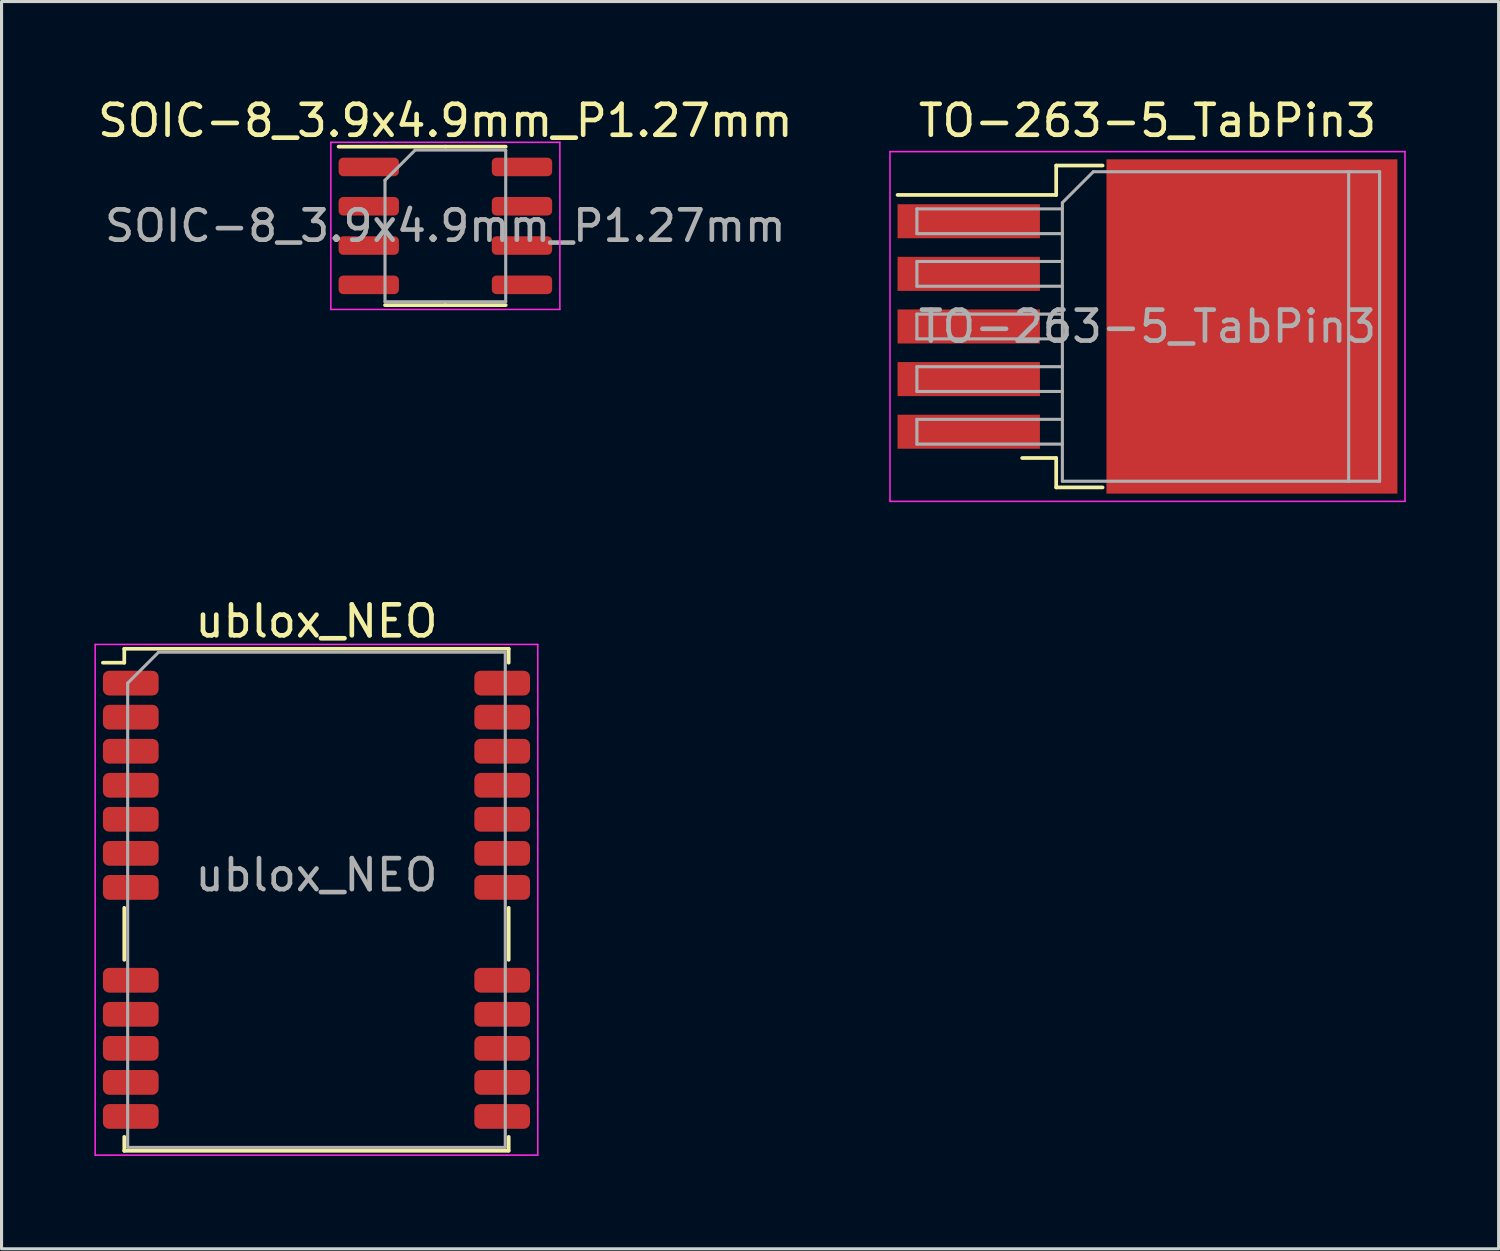
<source format=kicad_pcb>
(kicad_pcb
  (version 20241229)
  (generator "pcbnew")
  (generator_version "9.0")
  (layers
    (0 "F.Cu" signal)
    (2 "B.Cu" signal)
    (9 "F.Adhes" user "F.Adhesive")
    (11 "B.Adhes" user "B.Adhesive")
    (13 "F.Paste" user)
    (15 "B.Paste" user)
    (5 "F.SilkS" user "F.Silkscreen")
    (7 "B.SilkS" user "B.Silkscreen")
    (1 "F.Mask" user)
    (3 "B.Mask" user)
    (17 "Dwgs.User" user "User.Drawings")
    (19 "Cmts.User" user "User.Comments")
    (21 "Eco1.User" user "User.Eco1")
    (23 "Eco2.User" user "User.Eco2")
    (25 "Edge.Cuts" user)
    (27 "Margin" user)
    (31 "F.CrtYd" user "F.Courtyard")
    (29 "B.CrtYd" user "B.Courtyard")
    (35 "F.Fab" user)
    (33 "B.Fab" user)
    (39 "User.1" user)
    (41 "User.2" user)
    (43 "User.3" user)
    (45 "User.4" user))
  (footprint "ublox_NEO"
    (layer "F.Cu")
    (at 7.175 26.021)
    (property "Reference" "ublox_NEO" (at 0 -9 0) (layer "F.SilkS") (effects (font (size 1 1) (thickness 0.15))))
    (attr smd)
    (fp_line (start -6.9 -7.66) (end -6.21 -7.66) (stroke (width 0.12) (type solid)) (layer "F.SilkS"))
    (fp_line (start -6.21 -8.11) (end -6.21 -7.66) (stroke (width 0.12) (type solid)) (layer "F.SilkS"))
    (fp_line (start -6.21 -8.11) (end 6.21 -8.11) (stroke (width 0.12) (type solid)) (layer "F.SilkS"))
    (fp_line (start -6.21 0.26) (end -6.21 1.94) (stroke (width 0.12) (type solid)) (layer "F.SilkS"))
    (fp_line (start -6.21 7.66) (end -6.21 8.11) (stroke (width 0.12) (type solid)) (layer "F.SilkS"))
    (fp_line (start -6.21 8.11) (end 6.21 8.11) (stroke (width 0.12) (type solid)) (layer "F.SilkS"))
    (fp_line (start 6.21 -8.11) (end 6.21 -7.66) (stroke (width 0.12) (type solid)) (layer "F.SilkS"))
    (fp_line (start 6.21 0.26) (end 6.21 1.94) (stroke (width 0.12) (type solid)) (layer "F.SilkS"))
    (fp_line (start 6.21 7.66) (end 6.21 8.1) (stroke (width 0.12) (type solid)) (layer "F.SilkS"))
    (fp_line (start -7.15 -8.25) (end -7.15 8.25) (stroke (width 0.05) (type solid)) (layer "F.CrtYd"))
    (fp_line (start -7.15 -8.25) (end 7.15 -8.25) (stroke (width 0.05) (type solid)) (layer "F.CrtYd"))
    (fp_line (start -7.15 8.25) (end 7.15 8.25) (stroke (width 0.05) (type solid)) (layer "F.CrtYd"))
    (fp_line (start 7.15 -8.25) (end 7.15 8.25) (stroke (width 0.05) (type solid)) (layer "F.CrtYd"))
    (fp_line (start -6.1 -7) (end -6.1 8) (stroke (width 0.1) (type solid)) (layer "F.Fab"))
    (fp_line (start -6.1 8) (end 6.1 8) (stroke (width 0.1) (type solid)) (layer "F.Fab"))
    (fp_line (start -5.1 -8) (end -6.1 -7) (stroke (width 0.1) (type solid)) (layer "F.Fab"))
    (fp_line (start -5.1 -8) (end 6.1 -8) (stroke (width 0.1) (type solid)) (layer "F.Fab"))
    (fp_line (start 6.1 -8) (end 6.1 8) (stroke (width 0.1) (type solid)) (layer "F.Fab"))
    (fp_text user "${REFERENCE}" (at 0 -0.8 0) (layer "F.Fab") (effects (font (size 1 1) (thickness 0.15))))
    (pad "1" smd roundrect (at -6 -7) (size 1.8 0.8) (layers "F.Cu" "F.Mask" "F.Paste") (roundrect_rratio 0.25))
    (pad "2" smd roundrect (at -6 -5.9) (size 1.8 0.8) (layers "F.Cu" "F.Mask" "F.Paste") (roundrect_rratio 0.25))
    (pad "3" smd roundrect (at -6 -4.8) (size 1.8 0.8) (layers "F.Cu" "F.Mask" "F.Paste") (roundrect_rratio 0.25))
    (pad "4" smd roundrect (at -6 -3.7) (size 1.8 0.8) (layers "F.Cu" "F.Mask" "F.Paste") (roundrect_rratio 0.25))
    (pad "5" smd roundrect (at -6 -2.6) (size 1.8 0.8) (layers "F.Cu" "F.Mask" "F.Paste") (roundrect_rratio 0.25))
    (pad "6" smd roundrect (at -6 -1.5) (size 1.8 0.8) (layers "F.Cu" "F.Mask" "F.Paste") (roundrect_rratio 0.25))
    (pad "7" smd roundrect (at -6 -0.4) (size 1.8 0.8) (layers "F.Cu" "F.Mask" "F.Paste") (roundrect_rratio 0.25))
    (pad "8" smd roundrect (at -6 2.6) (size 1.8 0.8) (layers "F.Cu" "F.Mask" "F.Paste") (roundrect_rratio 0.25))
    (pad "9" smd roundrect (at -6 3.7) (size 1.8 0.8) (layers "F.Cu" "F.Mask" "F.Paste") (roundrect_rratio 0.25))
    (pad "10" smd roundrect (at -6 4.8) (size 1.8 0.8) (layers "F.Cu" "F.Mask" "F.Paste") (roundrect_rratio 0.25))
    (pad "11" smd roundrect (at -6 5.9) (size 1.8 0.8) (layers "F.Cu" "F.Mask" "F.Paste") (roundrect_rratio 0.25))
    (pad "12" smd roundrect (at -6 7) (size 1.8 0.8) (layers "F.Cu" "F.Mask" "F.Paste") (roundrect_rratio 0.25))
    (pad "13" smd roundrect (at 6 7) (size 1.8 0.8) (layers "F.Cu" "F.Mask" "F.Paste") (roundrect_rratio 0.25))
    (pad "14" smd roundrect (at 6 5.9) (size 1.8 0.8) (layers "F.Cu" "F.Mask" "F.Paste") (roundrect_rratio 0.25))
    (pad "15" smd roundrect (at 6 4.8) (size 1.8 0.8) (layers "F.Cu" "F.Mask" "F.Paste") (roundrect_rratio 0.25))
    (pad "16" smd roundrect (at 6 3.7) (size 1.8 0.8) (layers "F.Cu" "F.Mask" "F.Paste") (roundrect_rratio 0.25))
    (pad "17" smd roundrect (at 6 2.6) (size 1.8 0.8) (layers "F.Cu" "F.Mask" "F.Paste") (roundrect_rratio 0.25))
    (pad "18" smd roundrect (at 6 -0.4) (size 1.8 0.8) (layers "F.Cu" "F.Mask" "F.Paste") (roundrect_rratio 0.25))
    (pad "19" smd roundrect (at 6 -1.5) (size 1.8 0.8) (layers "F.Cu" "F.Mask" "F.Paste") (roundrect_rratio 0.25))
    (pad "20" smd roundrect (at 6 -2.6) (size 1.8 0.8) (layers "F.Cu" "F.Mask" "F.Paste") (roundrect_rratio 0.25))
    (pad "21" smd roundrect (at 6 -3.7) (size 1.8 0.8) (layers "F.Cu" "F.Mask" "F.Paste") (roundrect_rratio 0.25))
    (pad "22" smd roundrect (at 6 -4.8) (size 1.8 0.8) (layers "F.Cu" "F.Mask" "F.Paste") (roundrect_rratio 0.25))
    (pad "23" smd roundrect (at 6 -5.9) (size 1.8 0.8) (layers "F.Cu" "F.Mask" "F.Paste") (roundrect_rratio 0.25))
    (pad "24" smd roundrect (at 6 -7) (size 1.8 0.8) (layers "F.Cu" "F.Mask" "F.Paste") (roundrect_rratio 0.25)))
  (footprint "TO-263-5_TabPin3"
    (layer "F.Cu")
    (at 34.024 7.498)
    (property "Reference" "TO-263-5_TabPin3" (at 0 -6.65 0) (layer "F.SilkS") (effects (font (size 1 1) (thickness 0.15))))
    (attr smd)
    (fp_line (start -2.95 -5.2) (end -2.95 -4.25) (stroke (width 0.12) (type solid)) (layer "F.SilkS"))
    (fp_line (start -2.95 -4.25) (end -8.075 -4.25) (stroke (width 0.12) (type solid)) (layer "F.SilkS"))
    (fp_line (start -2.95 4.25) (end -4.05 4.25) (stroke (width 0.12) (type solid)) (layer "F.SilkS"))
    (fp_line (start -2.95 5.2) (end -2.95 4.25) (stroke (width 0.12) (type solid)) (layer "F.SilkS"))
    (fp_line (start -1.45 -5.2) (end -2.95 -5.2) (stroke (width 0.12) (type solid)) (layer "F.SilkS"))
    (fp_line (start -1.45 5.2) (end -2.95 5.2) (stroke (width 0.12) (type solid)) (layer "F.SilkS"))
    (fp_line (start -8.32 -5.65) (end -8.32 5.65) (stroke (width 0.05) (type solid)) (layer "F.CrtYd"))
    (fp_line (start -8.32 5.65) (end 8.32 5.65) (stroke (width 0.05) (type solid)) (layer "F.CrtYd"))
    (fp_line (start 8.32 -5.65) (end -8.32 -5.65) (stroke (width 0.05) (type solid)) (layer "F.CrtYd"))
    (fp_line (start 8.32 5.65) (end 8.32 -5.65) (stroke (width 0.05) (type solid)) (layer "F.CrtYd"))
    (fp_line (start -7.45 -3.8) (end -7.45 -3) (stroke (width 0.1) (type solid)) (layer "F.Fab"))
    (fp_line (start -7.45 -3) (end -2.75 -3) (stroke (width 0.1) (type solid)) (layer "F.Fab"))
    (fp_line (start -7.45 -2.1) (end -7.45 -1.3) (stroke (width 0.1) (type solid)) (layer "F.Fab"))
    (fp_line (start -7.45 -1.3) (end -2.75 -1.3) (stroke (width 0.1) (type solid)) (layer "F.Fab"))
    (fp_line (start -7.45 -0.4) (end -7.45 0.4) (stroke (width 0.1) (type solid)) (layer "F.Fab"))
    (fp_line (start -7.45 0.4) (end -2.75 0.4) (stroke (width 0.1) (type solid)) (layer "F.Fab"))
    (fp_line (start -7.45 1.3) (end -7.45 2.1) (stroke (width 0.1) (type solid)) (layer "F.Fab"))
    (fp_line (start -7.45 2.1) (end -2.75 2.1) (stroke (width 0.1) (type solid)) (layer "F.Fab"))
    (fp_line (start -7.45 3) (end -7.45 3.8) (stroke (width 0.1) (type solid)) (layer "F.Fab"))
    (fp_line (start -7.45 3.8) (end -2.75 3.8) (stroke (width 0.1) (type solid)) (layer "F.Fab"))
    (fp_line (start -2.75 -4) (end -1.75 -5) (stroke (width 0.1) (type solid)) (layer "F.Fab"))
    (fp_line (start -2.75 -3.8) (end -7.45 -3.8) (stroke (width 0.1) (type solid)) (layer "F.Fab"))
    (fp_line (start -2.75 -2.1) (end -7.45 -2.1) (stroke (width 0.1) (type solid)) (layer "F.Fab"))
    (fp_line (start -2.75 -0.4) (end -7.45 -0.4) (stroke (width 0.1) (type solid)) (layer "F.Fab"))
    (fp_line (start -2.75 1.3) (end -7.45 1.3) (stroke (width 0.1) (type solid)) (layer "F.Fab"))
    (fp_line (start -2.75 3) (end -7.45 3) (stroke (width 0.1) (type solid)) (layer "F.Fab"))
    (fp_line (start -2.75 5) (end -2.75 -4) (stroke (width 0.1) (type solid)) (layer "F.Fab"))
    (fp_line (start -1.75 -5) (end 6.5 -5) (stroke (width 0.1) (type solid)) (layer "F.Fab"))
    (fp_line (start 6.5 -5) (end 6.5 5) (stroke (width 0.1) (type solid)) (layer "F.Fab"))
    (fp_line (start 6.5 -5) (end 7.5 -5) (stroke (width 0.1) (type solid)) (layer "F.Fab"))
    (fp_line (start 6.5 5) (end -2.75 5) (stroke (width 0.1) (type solid)) (layer "F.Fab"))
    (fp_line (start 7.5 -5) (end 7.5 5) (stroke (width 0.1) (type solid)) (layer "F.Fab"))
    (fp_line (start 7.5 5) (end 6.5 5) (stroke (width 0.1) (type solid)) (layer "F.Fab"))
    (fp_text user "${REFERENCE}" (at 0 0 0) (layer "F.Fab") (effects (font (size 1 1) (thickness 0.15))))
    (pad "" smd rect (at 0.95 -2.775) (size 4.55 5.25) (layers "F.Paste"))
    (pad "" smd rect (at 0.95 2.775) (size 4.55 5.25) (layers "F.Paste"))
    (pad "" smd rect (at 5.8 -2.775) (size 4.55 5.25) (layers "F.Paste"))
    (pad "" smd rect (at 5.8 2.775) (size 4.55 5.25) (layers "F.Paste"))
    (pad "1" smd rect (at -5.775 -3.4) (size 4.6 1.1) (layers "F.Cu" "F.Mask" "F.Paste"))
    (pad "2" smd rect (at -5.775 -1.7) (size 4.6 1.1) (layers "F.Cu" "F.Mask" "F.Paste"))
    (pad "3" smd rect (at -5.775 0) (size 4.6 1.1) (layers "F.Cu" "F.Mask" "F.Paste"))
    (pad "3" smd rect (at 3.375 0) (size 9.4 10.8) (layers "F.Cu" "F.Mask"))
    (pad "4" smd rect (at -5.775 1.7) (size 4.6 1.1) (layers "F.Cu" "F.Mask" "F.Paste"))
    (pad "5" smd rect (at -5.775 3.4) (size 4.6 1.1) (layers "F.Cu" "F.Mask" "F.Paste")))
  (footprint "SOIC-8_3.9x4.9mm_P1.27mm"
    (layer "F.Cu")
    (at 11.339 4.248)
    (property "Reference" "SOIC-8_3.9x4.9mm_P1.27mm" (at 0 -3.4 0) (layer "F.SilkS") (effects (font (size 1 1) (thickness 0.15))))
    (attr smd)
    (fp_line (start 0 -2.56) (end -3.45 -2.56) (stroke (width 0.12) (type solid)) (layer "F.SilkS"))
    (fp_line (start 0 -2.56) (end 1.95 -2.56) (stroke (width 0.12) (type solid)) (layer "F.SilkS"))
    (fp_line (start 0 2.56) (end -1.95 2.56) (stroke (width 0.12) (type solid)) (layer "F.SilkS"))
    (fp_line (start 0 2.56) (end 1.95 2.56) (stroke (width 0.12) (type solid)) (layer "F.SilkS"))
    (fp_line (start -3.7 -2.7) (end -3.7 2.7) (stroke (width 0.05) (type solid)) (layer "F.CrtYd"))
    (fp_line (start -3.7 2.7) (end 3.7 2.7) (stroke (width 0.05) (type solid)) (layer "F.CrtYd"))
    (fp_line (start 3.7 -2.7) (end -3.7 -2.7) (stroke (width 0.05) (type solid)) (layer "F.CrtYd"))
    (fp_line (start 3.7 2.7) (end 3.7 -2.7) (stroke (width 0.05) (type solid)) (layer "F.CrtYd"))
    (fp_line (start -1.95 -1.475) (end -0.975 -2.45) (stroke (width 0.1) (type solid)) (layer "F.Fab"))
    (fp_line (start -1.95 2.45) (end -1.95 -1.475) (stroke (width 0.1) (type solid)) (layer "F.Fab"))
    (fp_line (start -0.975 -2.45) (end 1.95 -2.45) (stroke (width 0.1) (type solid)) (layer "F.Fab"))
    (fp_line (start 1.95 -2.45) (end 1.95 2.45) (stroke (width 0.1) (type solid)) (layer "F.Fab"))
    (fp_line (start 1.95 2.45) (end -1.95 2.45) (stroke (width 0.1) (type solid)) (layer "F.Fab"))
    (fp_text user "${REFERENCE}" (at 0 0 0) (layer "F.Fab") (effects (font (size 0.98 0.98) (thickness 0.15))))
    (pad "1" smd roundrect (at -2.475 -1.905) (size 1.95 0.6) (layers "F.Cu" "F.Mask" "F.Paste") (roundrect_rratio 0.25))
    (pad "2" smd roundrect (at -2.475 -0.635) (size 1.95 0.6) (layers "F.Cu" "F.Mask" "F.Paste") (roundrect_rratio 0.25))
    (pad "3" smd roundrect (at -2.475 0.635) (size 1.95 0.6) (layers "F.Cu" "F.Mask" "F.Paste") (roundrect_rratio 0.25))
    (pad "4" smd roundrect (at -2.475 1.905) (size 1.95 0.6) (layers "F.Cu" "F.Mask" "F.Paste") (roundrect_rratio 0.25))
    (pad "5" smd roundrect (at 2.475 1.905) (size 1.95 0.6) (layers "F.Cu" "F.Mask" "F.Paste") (roundrect_rratio 0.25))
    (pad "6" smd roundrect (at 2.475 0.635) (size 1.95 0.6) (layers "F.Cu" "F.Mask" "F.Paste") (roundrect_rratio 0.25))
    (pad "7" smd roundrect (at 2.475 -0.635) (size 1.95 0.6) (layers "F.Cu" "F.Mask" "F.Paste") (roundrect_rratio 0.25))
    (pad "8" smd roundrect (at 2.475 -1.905) (size 1.95 0.6) (layers "F.Cu" "F.Mask" "F.Paste") (roundrect_rratio 0.25)))
  (gr_rect
    (start -3 -3)
    (end 45.369 37.297)
    (stroke (width 0.1) (type default))
    (fill no)
    (layer "Edge.Cuts")))
</source>
